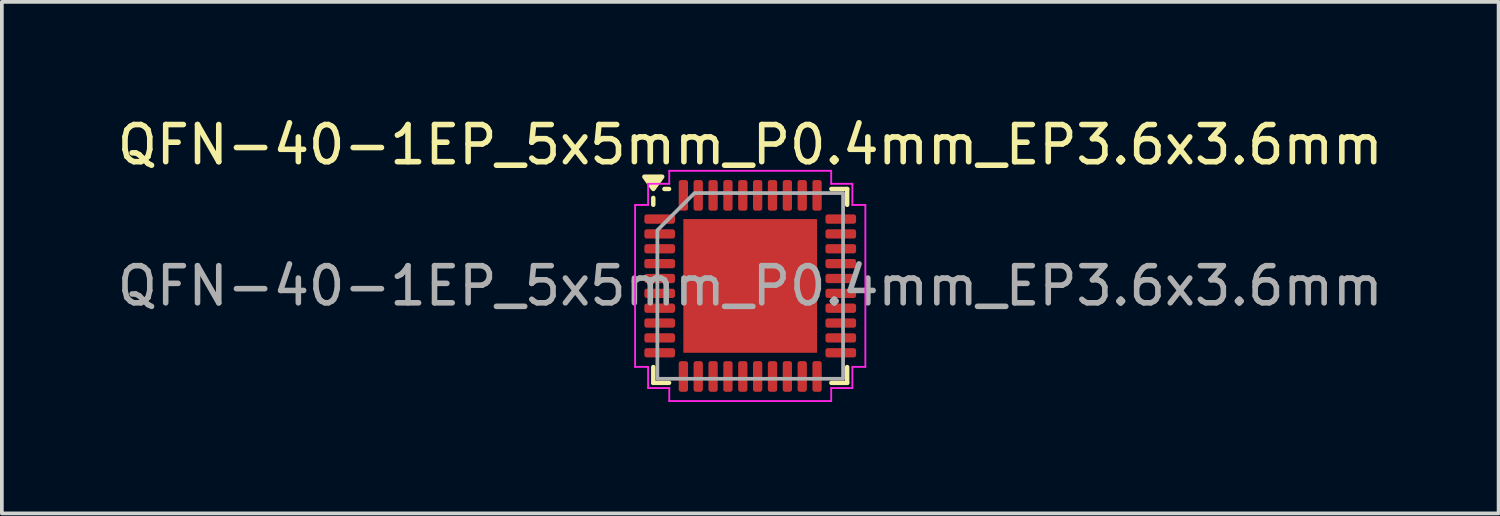
<source format=kicad_pcb>
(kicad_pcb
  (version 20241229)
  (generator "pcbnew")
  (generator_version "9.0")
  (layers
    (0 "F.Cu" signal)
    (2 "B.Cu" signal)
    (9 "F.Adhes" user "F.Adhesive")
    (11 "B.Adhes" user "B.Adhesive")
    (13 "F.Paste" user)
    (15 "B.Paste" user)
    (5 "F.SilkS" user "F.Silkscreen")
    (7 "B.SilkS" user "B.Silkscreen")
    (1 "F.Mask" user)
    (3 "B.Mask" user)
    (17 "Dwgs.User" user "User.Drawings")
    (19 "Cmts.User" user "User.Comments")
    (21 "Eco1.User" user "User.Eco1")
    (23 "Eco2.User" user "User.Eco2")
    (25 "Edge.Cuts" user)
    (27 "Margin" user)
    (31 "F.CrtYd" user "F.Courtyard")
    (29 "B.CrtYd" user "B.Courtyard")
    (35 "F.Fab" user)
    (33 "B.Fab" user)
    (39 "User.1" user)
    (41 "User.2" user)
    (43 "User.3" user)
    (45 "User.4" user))
  (footprint "QFN-40-1EP_5x5mm_P0.4mm_EP3.6x3.6mm"
    (layer "F.Cu")
    (at 17.149 4.648)
    (property "Reference" "QFN-40-1EP_5x5mm_P0.4mm_EP3.6x3.6mm" (at 0 -3.8 0) (layer "F.SilkS") (effects (font (size 1 1) (thickness 0.15))))
    (attr smd)
    (fp_line (start -2.61 -2.185) (end -2.61 -2.37) (stroke (width 0.12) (type solid)) (layer "F.SilkS"))
    (fp_line (start -2.61 2.61) (end -2.61 2.185) (stroke (width 0.12) (type solid)) (layer "F.SilkS"))
    (fp_line (start -2.185 -2.61) (end -2.31 -2.61) (stroke (width 0.12) (type solid)) (layer "F.SilkS"))
    (fp_line (start -2.185 2.61) (end -2.61 2.61) (stroke (width 0.12) (type solid)) (layer "F.SilkS"))
    (fp_line (start 2.185 -2.61) (end 2.61 -2.61) (stroke (width 0.12) (type solid)) (layer "F.SilkS"))
    (fp_line (start 2.185 2.61) (end 2.61 2.61) (stroke (width 0.12) (type solid)) (layer "F.SilkS"))
    (fp_line (start 2.61 -2.61) (end 2.61 -2.185) (stroke (width 0.12) (type solid)) (layer "F.SilkS"))
    (fp_line (start 2.61 2.61) (end 2.61 2.185) (stroke (width 0.12) (type solid)) (layer "F.SilkS"))
    (fp_poly (pts (xy -2.61 -2.61) (xy -2.85 -2.94) (xy -2.37 -2.94)) (stroke (width 0.12) (type solid)) (fill yes) (layer "F.SilkS"))
    (fp_line (start -3.1 -2.18) (end -2.75 -2.18) (stroke (width 0.05) (type solid)) (layer "F.CrtYd"))
    (fp_line (start -3.1 2.18) (end -3.1 -2.18) (stroke (width 0.05) (type solid)) (layer "F.CrtYd"))
    (fp_line (start -2.75 -2.75) (end -2.18 -2.75) (stroke (width 0.05) (type solid)) (layer "F.CrtYd"))
    (fp_line (start -2.75 -2.18) (end -2.75 -2.75) (stroke (width 0.05) (type solid)) (layer "F.CrtYd"))
    (fp_line (start -2.75 2.18) (end -3.1 2.18) (stroke (width 0.05) (type solid)) (layer "F.CrtYd"))
    (fp_line (start -2.75 2.75) (end -2.75 2.18) (stroke (width 0.05) (type solid)) (layer "F.CrtYd"))
    (fp_line (start -2.18 -3.1) (end 2.18 -3.1) (stroke (width 0.05) (type solid)) (layer "F.CrtYd"))
    (fp_line (start -2.18 -2.75) (end -2.18 -3.1) (stroke (width 0.05) (type solid)) (layer "F.CrtYd"))
    (fp_line (start -2.18 2.75) (end -2.75 2.75) (stroke (width 0.05) (type solid)) (layer "F.CrtYd"))
    (fp_line (start -2.18 3.1) (end -2.18 2.75) (stroke (width 0.05) (type solid)) (layer "F.CrtYd"))
    (fp_line (start 2.18 -3.1) (end 2.18 -2.75) (stroke (width 0.05) (type solid)) (layer "F.CrtYd"))
    (fp_line (start 2.18 -2.75) (end 2.75 -2.75) (stroke (width 0.05) (type solid)) (layer "F.CrtYd"))
    (fp_line (start 2.18 2.75) (end 2.18 3.1) (stroke (width 0.05) (type solid)) (layer "F.CrtYd"))
    (fp_line (start 2.18 3.1) (end -2.18 3.1) (stroke (width 0.05) (type solid)) (layer "F.CrtYd"))
    (fp_line (start 2.75 -2.75) (end 2.75 -2.18) (stroke (width 0.05) (type solid)) (layer "F.CrtYd"))
    (fp_line (start 2.75 -2.18) (end 3.1 -2.18) (stroke (width 0.05) (type solid)) (layer "F.CrtYd"))
    (fp_line (start 2.75 2.18) (end 2.75 2.75) (stroke (width 0.05) (type solid)) (layer "F.CrtYd"))
    (fp_line (start 2.75 2.75) (end 2.18 2.75) (stroke (width 0.05) (type solid)) (layer "F.CrtYd"))
    (fp_line (start 3.1 -2.18) (end 3.1 2.18) (stroke (width 0.05) (type solid)) (layer "F.CrtYd"))
    (fp_line (start 3.1 2.18) (end 2.75 2.18) (stroke (width 0.05) (type solid)) (layer "F.CrtYd"))
    (fp_poly (pts (xy -2.5 -1.5) (xy -2.5 2.5) (xy 2.5 2.5) (xy 2.5 -2.5) (xy -1.5 -2.5)) (stroke (width 0.1) (type solid)) (fill no) (layer "F.Fab"))
    (fp_text user "${REFERENCE}" (at 0 0 0) (layer "F.Fab") (effects (font (size 1 1) (thickness 0.15))))
    (pad "" smd roundrect (at -1.2 -1.2) (size 0.97 0.97) (layers "F.Paste") (roundrect_rratio 0.25))
    (pad "" smd roundrect (at -1.2 0) (size 0.97 0.97) (layers "F.Paste") (roundrect_rratio 0.25))
    (pad "" smd roundrect (at -1.2 1.2) (size 0.97 0.97) (layers "F.Paste") (roundrect_rratio 0.25))
    (pad "" smd roundrect (at 0 -1.2) (size 0.97 0.97) (layers "F.Paste") (roundrect_rratio 0.25))
    (pad "" smd roundrect (at 0 0) (size 0.97 0.97) (layers "F.Paste") (roundrect_rratio 0.25))
    (pad "" smd roundrect (at 0 1.2) (size 0.97 0.97) (layers "F.Paste") (roundrect_rratio 0.25))
    (pad "" smd roundrect (at 1.2 -1.2) (size 0.97 0.97) (layers "F.Paste") (roundrect_rratio 0.25))
    (pad "" smd roundrect (at 1.2 0) (size 0.97 0.97) (layers "F.Paste") (roundrect_rratio 0.25))
    (pad "" smd roundrect (at 1.2 1.2) (size 0.97 0.97) (layers "F.Paste") (roundrect_rratio 0.25))
    (pad "1" smd roundrect (at -2.438 -1.8) (size 0.825 0.25) (layers "F.Cu" "F.Mask" "F.Paste") (roundrect_rratio 0.25))
    (pad "2" smd roundrect (at -2.438 -1.4) (size 0.825 0.25) (layers "F.Cu" "F.Mask" "F.Paste") (roundrect_rratio 0.25))
    (pad "3" smd roundrect (at -2.438 -1) (size 0.825 0.25) (layers "F.Cu" "F.Mask" "F.Paste") (roundrect_rratio 0.25))
    (pad "4" smd roundrect (at -2.438 -0.6) (size 0.825 0.25) (layers "F.Cu" "F.Mask" "F.Paste") (roundrect_rratio 0.25))
    (pad "5" smd roundrect (at -2.438 -0.2) (size 0.825 0.25) (layers "F.Cu" "F.Mask" "F.Paste") (roundrect_rratio 0.25))
    (pad "6" smd roundrect (at -2.438 0.2) (size 0.825 0.25) (layers "F.Cu" "F.Mask" "F.Paste") (roundrect_rratio 0.25))
    (pad "7" smd roundrect (at -2.438 0.6) (size 0.825 0.25) (layers "F.Cu" "F.Mask" "F.Paste") (roundrect_rratio 0.25))
    (pad "8" smd roundrect (at -2.438 1) (size 0.825 0.25) (layers "F.Cu" "F.Mask" "F.Paste") (roundrect_rratio 0.25))
    (pad "9" smd roundrect (at -2.438 1.4) (size 0.825 0.25) (layers "F.Cu" "F.Mask" "F.Paste") (roundrect_rratio 0.25))
    (pad "10" smd roundrect (at -2.438 1.8) (size 0.825 0.25) (layers "F.Cu" "F.Mask" "F.Paste") (roundrect_rratio 0.25))
    (pad "11" smd roundrect (at -1.8 2.438) (size 0.25 0.825) (layers "F.Cu" "F.Mask" "F.Paste") (roundrect_rratio 0.25))
    (pad "12" smd roundrect (at -1.4 2.438) (size 0.25 0.825) (layers "F.Cu" "F.Mask" "F.Paste") (roundrect_rratio 0.25))
    (pad "13" smd roundrect (at -1 2.438) (size 0.25 0.825) (layers "F.Cu" "F.Mask" "F.Paste") (roundrect_rratio 0.25))
    (pad "14" smd roundrect (at -0.6 2.438) (size 0.25 0.825) (layers "F.Cu" "F.Mask" "F.Paste") (roundrect_rratio 0.25))
    (pad "15" smd roundrect (at -0.2 2.438) (size 0.25 0.825) (layers "F.Cu" "F.Mask" "F.Paste") (roundrect_rratio 0.25))
    (pad "16" smd roundrect (at 0.2 2.438) (size 0.25 0.825) (layers "F.Cu" "F.Mask" "F.Paste") (roundrect_rratio 0.25))
    (pad "17" smd roundrect (at 0.6 2.438) (size 0.25 0.825) (layers "F.Cu" "F.Mask" "F.Paste") (roundrect_rratio 0.25))
    (pad "18" smd roundrect (at 1 2.438) (size 0.25 0.825) (layers "F.Cu" "F.Mask" "F.Paste") (roundrect_rratio 0.25))
    (pad "19" smd roundrect (at 1.4 2.438) (size 0.25 0.825) (layers "F.Cu" "F.Mask" "F.Paste") (roundrect_rratio 0.25))
    (pad "20" smd roundrect (at 1.8 2.438) (size 0.25 0.825) (layers "F.Cu" "F.Mask" "F.Paste") (roundrect_rratio 0.25))
    (pad "21" smd roundrect (at 2.438 1.8) (size 0.825 0.25) (layers "F.Cu" "F.Mask" "F.Paste") (roundrect_rratio 0.25))
    (pad "22" smd roundrect (at 2.438 1.4) (size 0.825 0.25) (layers "F.Cu" "F.Mask" "F.Paste") (roundrect_rratio 0.25))
    (pad "23" smd roundrect (at 2.438 1) (size 0.825 0.25) (layers "F.Cu" "F.Mask" "F.Paste") (roundrect_rratio 0.25))
    (pad "24" smd roundrect (at 2.438 0.6) (size 0.825 0.25) (layers "F.Cu" "F.Mask" "F.Paste") (roundrect_rratio 0.25))
    (pad "25" smd roundrect (at 2.438 0.2) (size 0.825 0.25) (layers "F.Cu" "F.Mask" "F.Paste") (roundrect_rratio 0.25))
    (pad "26" smd roundrect (at 2.438 -0.2) (size 0.825 0.25) (layers "F.Cu" "F.Mask" "F.Paste") (roundrect_rratio 0.25))
    (pad "27" smd roundrect (at 2.438 -0.6) (size 0.825 0.25) (layers "F.Cu" "F.Mask" "F.Paste") (roundrect_rratio 0.25))
    (pad "28" smd roundrect (at 2.438 -1) (size 0.825 0.25) (layers "F.Cu" "F.Mask" "F.Paste") (roundrect_rratio 0.25))
    (pad "29" smd roundrect (at 2.438 -1.4) (size 0.825 0.25) (layers "F.Cu" "F.Mask" "F.Paste") (roundrect_rratio 0.25))
    (pad "30" smd roundrect (at 2.438 -1.8) (size 0.825 0.25) (layers "F.Cu" "F.Mask" "F.Paste") (roundrect_rratio 0.25))
    (pad "31" smd roundrect (at 1.8 -2.438) (size 0.25 0.825) (layers "F.Cu" "F.Mask" "F.Paste") (roundrect_rratio 0.25))
    (pad "32" smd roundrect (at 1.4 -2.438) (size 0.25 0.825) (layers "F.Cu" "F.Mask" "F.Paste") (roundrect_rratio 0.25))
    (pad "33" smd roundrect (at 1 -2.438) (size 0.25 0.825) (layers "F.Cu" "F.Mask" "F.Paste") (roundrect_rratio 0.25))
    (pad "34" smd roundrect (at 0.6 -2.438) (size 0.25 0.825) (layers "F.Cu" "F.Mask" "F.Paste") (roundrect_rratio 0.25))
    (pad "35" smd roundrect (at 0.2 -2.438) (size 0.25 0.825) (layers "F.Cu" "F.Mask" "F.Paste") (roundrect_rratio 0.25))
    (pad "36" smd roundrect (at -0.2 -2.438) (size 0.25 0.825) (layers "F.Cu" "F.Mask" "F.Paste") (roundrect_rratio 0.25))
    (pad "37" smd roundrect (at -0.6 -2.438) (size 0.25 0.825) (layers "F.Cu" "F.Mask" "F.Paste") (roundrect_rratio 0.25))
    (pad "38" smd roundrect (at -1 -2.438) (size 0.25 0.825) (layers "F.Cu" "F.Mask" "F.Paste") (roundrect_rratio 0.25))
    (pad "39" smd roundrect (at -1.4 -2.438) (size 0.25 0.825) (layers "F.Cu" "F.Mask" "F.Paste") (roundrect_rratio 0.25))
    (pad "40" smd roundrect (at -1.8 -2.438) (size 0.25 0.825) (layers "F.Cu" "F.Mask" "F.Paste") (roundrect_rratio 0.25))
    (pad "41" smd rect (at 0 0) (size 3.6 3.6) (property pad_prop_heatsink) (layers "F.Cu" "F.Mask")))
  (gr_rect
    (start -3 -3)
    (end 37.298 10.773)
    (stroke (width 0.1) (type default))
    (fill no)
    (layer "Edge.Cuts")))
</source>
